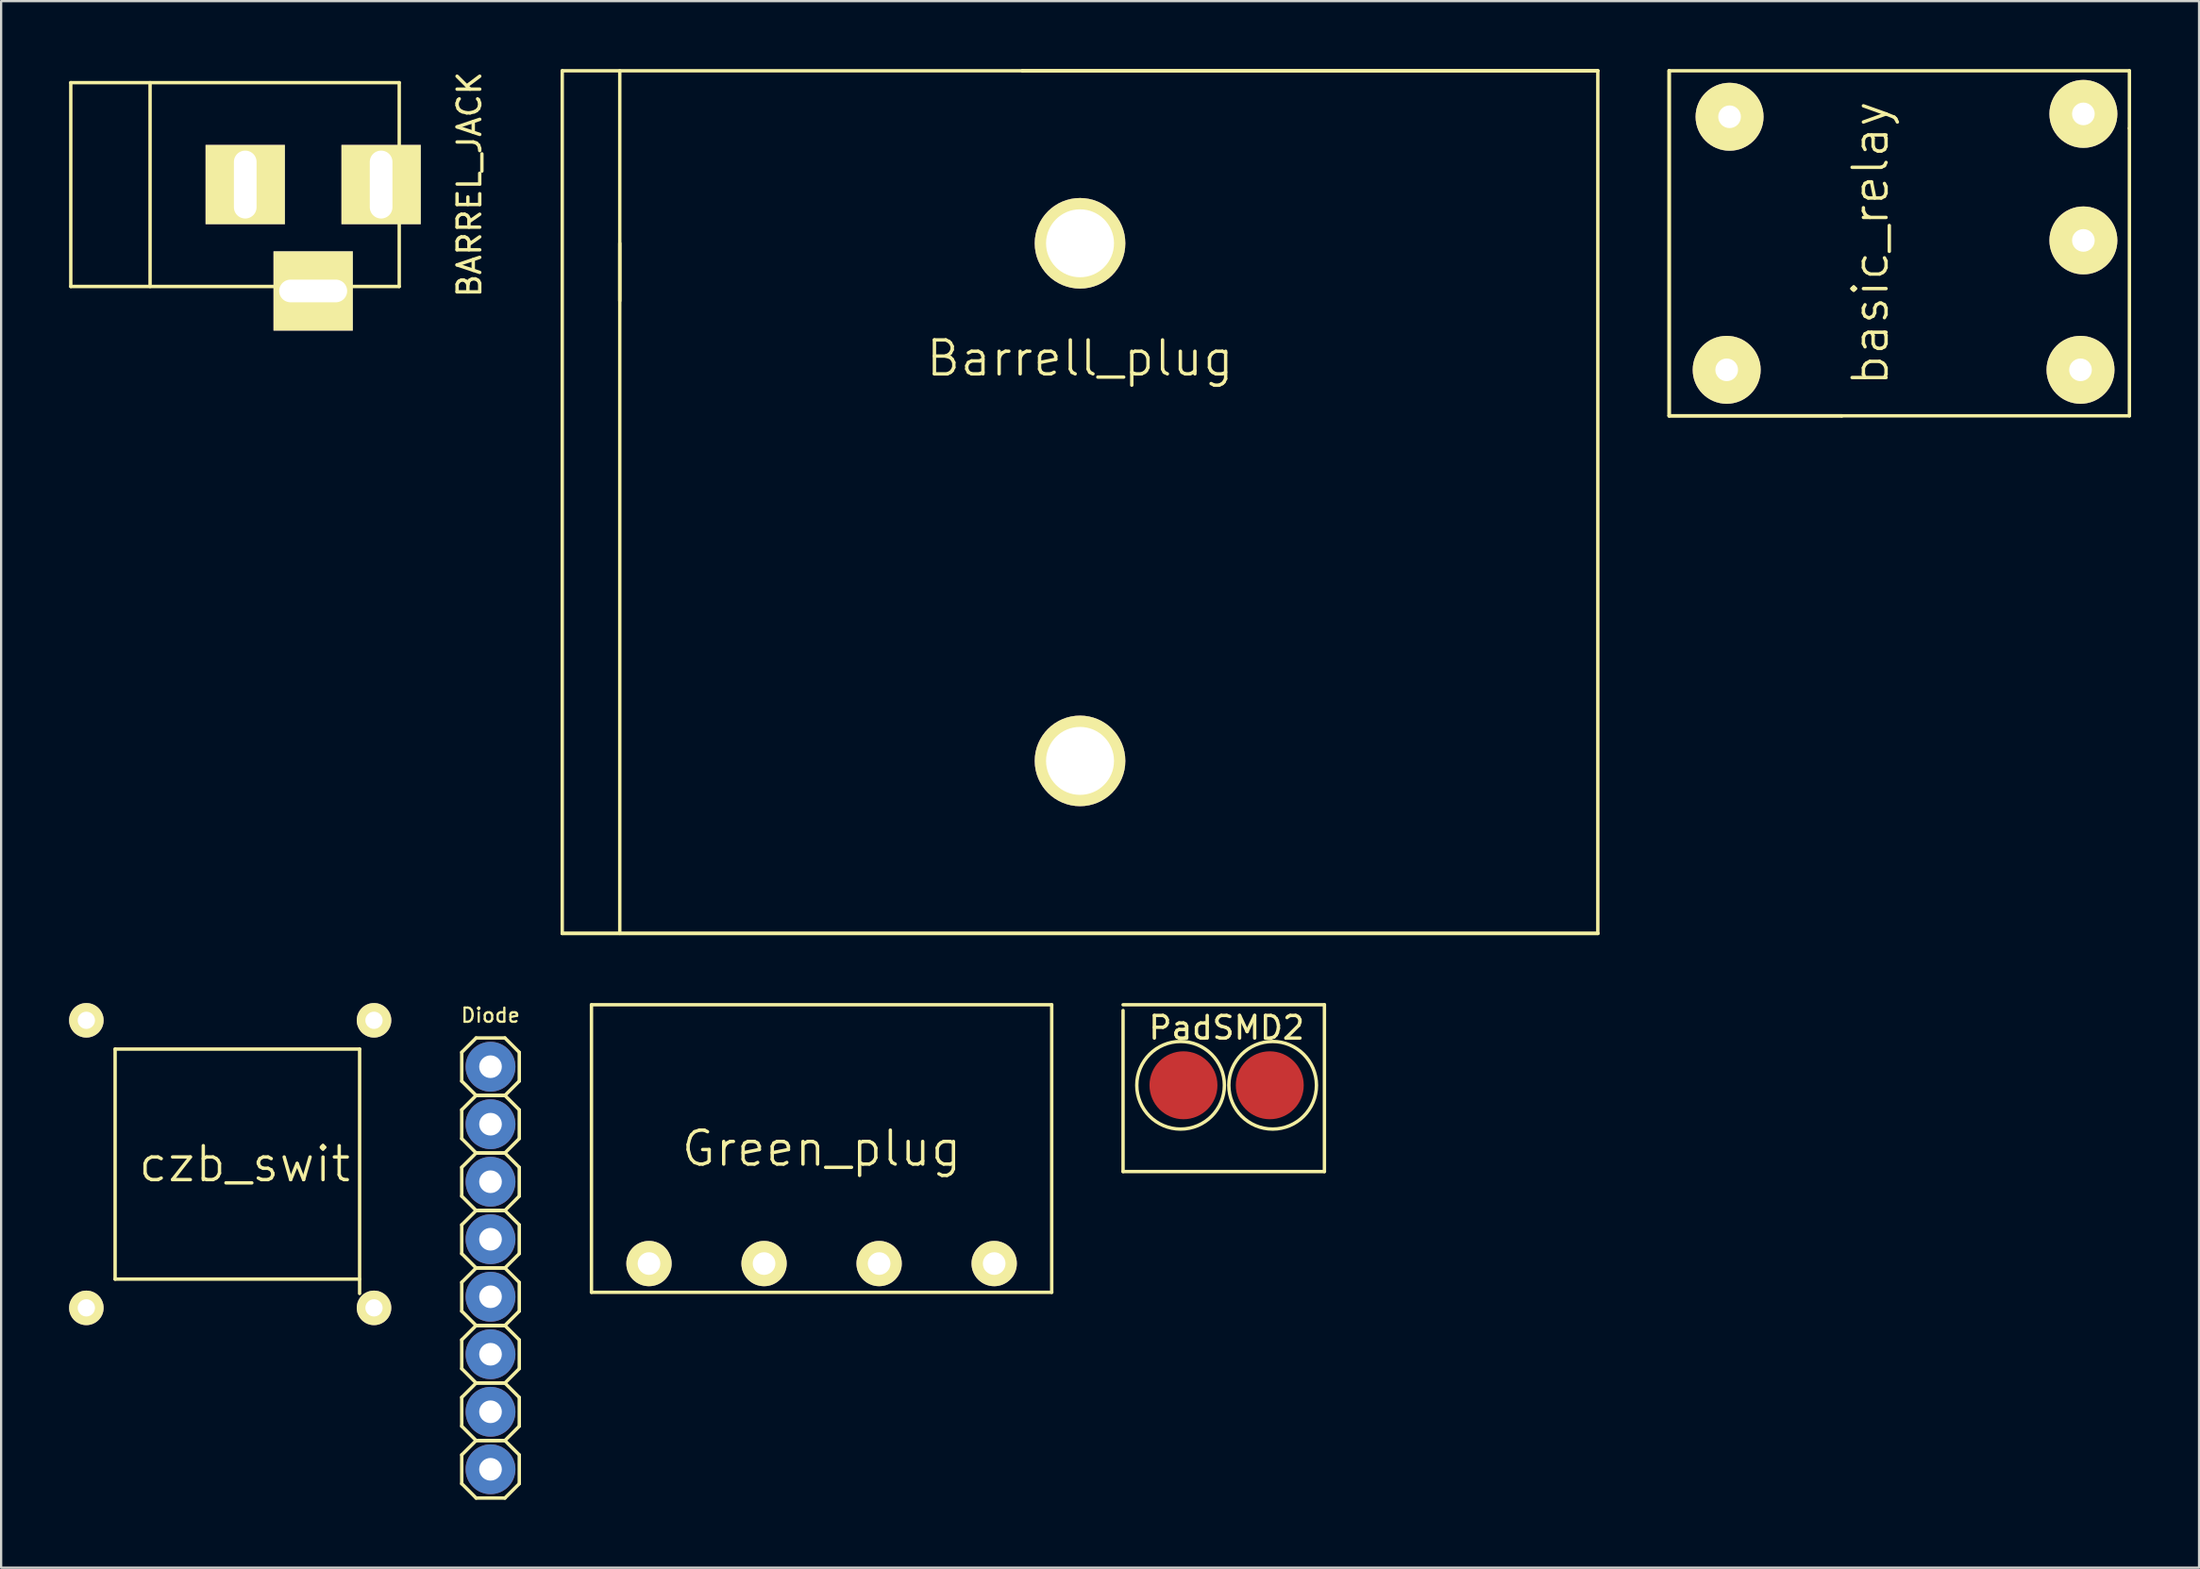
<source format=kicad_pcb>
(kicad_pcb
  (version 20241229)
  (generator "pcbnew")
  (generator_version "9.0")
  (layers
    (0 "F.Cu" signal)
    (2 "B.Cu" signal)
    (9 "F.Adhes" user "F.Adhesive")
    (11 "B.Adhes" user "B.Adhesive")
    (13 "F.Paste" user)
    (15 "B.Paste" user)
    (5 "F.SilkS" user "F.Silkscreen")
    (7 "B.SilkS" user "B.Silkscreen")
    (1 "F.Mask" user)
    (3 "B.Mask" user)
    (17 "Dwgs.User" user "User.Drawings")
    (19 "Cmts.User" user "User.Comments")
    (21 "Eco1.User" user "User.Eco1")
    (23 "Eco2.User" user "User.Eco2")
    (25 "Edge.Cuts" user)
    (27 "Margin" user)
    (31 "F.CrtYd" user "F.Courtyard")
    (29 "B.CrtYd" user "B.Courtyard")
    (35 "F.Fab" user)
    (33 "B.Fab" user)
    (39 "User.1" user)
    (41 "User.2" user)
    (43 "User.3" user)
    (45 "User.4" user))
  (footprint "Barrell_plug"
    (layer "F.Cu")
    (at 21.773 17.855)
    (property "Reference" "Barrell_plug" (at 22.86 -5.08 0) (layer "F.SilkS") (effects (font (size 1.5 1.5) (thickness 0.15))))
    (attr through_hole)
    (fp_line (start 0 -17.78) (end 0 20.32) (stroke (width 0.15) (type solid)) (layer "F.SilkS"))
    (fp_line (start 0 -17.78) (end 20.32 -17.78) (stroke (width 0.15) (type solid)) (layer "F.SilkS"))
    (fp_line (start 0 20.32) (end 45.72 20.32) (stroke (width 0.15) (type solid)) (layer "F.SilkS"))
    (fp_line (start 2.54 -17.78) (end 2.54 20.32) (stroke (width 0.15) (type solid)) (layer "F.SilkS"))
    (fp_line (start 2.54 -7.62) (end 2.54 -10.16) (stroke (width 0.15) (type solid)) (layer "F.SilkS"))
    (fp_line (start 20.32 -17.78) (end 45.72 -17.78) (stroke (width 0.15) (type solid)) (layer "F.SilkS"))
    (fp_line (start 45.72 -17.78) (end 20.32 -17.78) (stroke (width 0.15) (type solid)) (layer "F.SilkS"))
    (fp_line (start 45.72 20.32) (end 0 20.32) (stroke (width 0.15) (type solid)) (layer "F.SilkS"))
    (fp_line (start 45.72 20.32) (end 45.72 -17.78) (stroke (width 0.15) (type solid)) (layer "F.SilkS"))
    (pad "5" thru_hole circle (at 22.86 -10.16) (size 4 4) (drill 3) (layers "*.Cu" "*.Mask" "F.SilkS"))
    (pad "6" thru_hole circle (at 22.86 12.7) (size 4 4) (drill 3) (layers "*.Cu" "*.Mask" "F.SilkS")))
  (footprint "czb_swit"
    (layer "F.Cu")
    (at 5.842 47.092)
    (property "Reference" "czb_swit" (at 1.905 1.27 0) (layer "F.SilkS") (effects (font (size 1.5 1.5) (thickness 0.15))))
    (attr through_hole)
    (fp_line (start -3.81 -3.81) (end -3.81 6.35) (stroke (width 0.15) (type solid)) (layer "F.SilkS"))
    (fp_line (start -3.81 6.35) (end 6.985 6.35) (stroke (width 0.15) (type solid)) (layer "F.SilkS"))
    (fp_line (start 6.985 -3.81) (end -3.81 -3.81) (stroke (width 0.15) (type solid)) (layer "F.SilkS"))
    (fp_line (start 6.985 6.985) (end 6.985 -3.81) (stroke (width 0.15) (type solid)) (layer "F.SilkS"))
    (pad "1" thru_hole circle (at -5.08 -5.08) (size 1.524 1.524) (drill 0.762) (layers "*.Cu" "*.Mask" "F.SilkS"))
    (pad "2" thru_hole circle (at 7.62 -5.08) (size 1.524 1.524) (drill 0.762) (layers "*.Cu" "*.Mask" "F.SilkS"))
    (pad "3" thru_hole circle (at -5.08 7.62) (size 1.524 1.524) (drill 0.762) (layers "*.Cu" "*.Mask" "F.SilkS"))
    (pad "4" thru_hole circle (at 7.62 7.62) (size 1.524 1.524) (drill 0.762) (layers "*.Cu" "*.Mask" "F.SilkS")))
  (footprint "BARREL_JACK"
    (layer "F.Cu")
    (at 7.576 5.101)
    (property "Reference" "BARREL_JACK" (at 10.099 0 90) (layer "F.SilkS") (effects (font (size 1 1) (thickness 0.15))))
    (attr through_hole)
    (fp_line (start -7.501 -4.501) (end -7.501 4.501) (stroke (width 0.15) (type solid)) (layer "F.SilkS"))
    (fp_line (start -7.501 4.501) (end 7 4.501) (stroke (width 0.15) (type solid)) (layer "F.SilkS"))
    (fp_line (start -4 -4.501) (end -4 4.501) (stroke (width 0.15) (type solid)) (layer "F.SilkS"))
    (fp_line (start 7 -4.501) (end -7.501 -4.501) (stroke (width 0.15) (type solid)) (layer "F.SilkS"))
    (fp_line (start 7 4.501) (end 7 -4.501) (stroke (width 0.15) (type solid)) (layer "F.SilkS"))
    (pad "1" thru_hole rect (at 6.2 0) (size 3.5 3.5) (drill oval 1.001 3) (layers "*.Cu" "*.Mask" "F.SilkS"))
    (pad "2" thru_hole rect (at 0.201 0) (size 3.5 3.5) (drill oval 1.001 3) (layers "*.Cu" "*.Mask" "F.SilkS"))
    (pad "3" thru_hole rect (at 3.2 4.699) (size 3.5 3.5) (drill oval 3 1.001) (layers "*.Cu" "*.Mask" "F.SilkS")))
  (footprint "basic_relay"
    (layer "F.Cu")
    (at 78.263 5.155)
    (property "Reference" "basic_relay" (at 1.27 2.54 90) (layer "F.SilkS") (effects (font (size 1.5 1.5) (thickness 0.15))))
    (attr through_hole)
    (fp_line (start -7.62 -5.08) (end -7.62 10.16) (stroke (width 0.15) (type solid)) (layer "F.SilkS"))
    (fp_line (start -7.62 -5.08) (end 12.7 -5.08) (stroke (width 0.15) (type solid)) (layer "F.SilkS"))
    (fp_line (start -7.62 10.16) (end -7.62 -5.08) (stroke (width 0.15) (type solid)) (layer "F.SilkS"))
    (fp_line (start -7.62 10.16) (end 0 10.16) (stroke (width 0.15) (type solid)) (layer "F.SilkS"))
    (fp_line (start 0 10.16) (end -7.62 10.16) (stroke (width 0.15) (type solid)) (layer "F.SilkS"))
    (fp_line (start 0 10.16) (end 12.7 10.16) (stroke (width 0.15) (type solid)) (layer "F.SilkS"))
    (fp_line (start 12.7 -2.54) (end 12.7 -5.08) (stroke (width 0.15) (type solid)) (layer "F.SilkS"))
    (fp_line (start 12.7 10.16) (end 12.7 -2.54) (stroke (width 0.15) (type solid)) (layer "F.SilkS"))
    (pad "1" thru_hole circle (at 10.668 2.413) (size 3 3) (drill 1) (layers "*.Cu" "*.Mask" "F.SilkS"))
    (pad "2" thru_hole circle (at 10.541 8.128) (size 3 3) (drill 1) (layers "*.Cu" "*.Mask" "F.SilkS"))
    (pad "3" thru_hole circle (at -5.08 8.128) (size 3 3) (drill 1) (layers "*.Cu" "*.Mask" "F.SilkS"))
    (pad "4" thru_hole circle (at -4.953 -3.048) (size 3 3) (drill 1) (layers "*.Cu" "*.Mask" "F.SilkS"))
    (pad "5" thru_hole circle (at 10.668 -3.175) (size 3 3) (drill 1) (layers "*.Cu" "*.Mask" "F.SilkS")))
  (footprint "Diode"
    (layer "F.Cu")
    (at 18.606 52.951)
    (property "Reference" "Diode" (at 0 -11.16 0) (layer "F.SilkS") (effects (font (size 0.625 0.625) (thickness 0.1))))
    (attr through_hole)
    (fp_line (start -1.27 -9.525) (end -1.27 -8.255) (stroke (width 0.15) (type solid)) (layer "F.SilkS"))
    (fp_line (start -1.27 -8.255) (end -0.635 -7.62) (stroke (width 0.15) (type solid)) (layer "F.SilkS"))
    (fp_line (start -1.27 -6.985) (end -1.27 -5.715) (stroke (width 0.15) (type solid)) (layer "F.SilkS"))
    (fp_line (start -1.27 -5.715) (end -0.635 -5.08) (stroke (width 0.15) (type solid)) (layer "F.SilkS"))
    (fp_line (start -1.27 -4.445) (end -1.27 -3.175) (stroke (width 0.15) (type solid)) (layer "F.SilkS"))
    (fp_line (start -1.27 -3.175) (end -0.635 -2.54) (stroke (width 0.15) (type solid)) (layer "F.SilkS"))
    (fp_line (start -1.27 -1.905) (end -1.27 -0.635) (stroke (width 0.15) (type solid)) (layer "F.SilkS"))
    (fp_line (start -1.27 -0.635) (end -0.635 0) (stroke (width 0.15) (type solid)) (layer "F.SilkS"))
    (fp_line (start -1.27 0.635) (end -1.27 1.905) (stroke (width 0.15) (type solid)) (layer "F.SilkS"))
    (fp_line (start -1.27 1.905) (end -0.635 2.54) (stroke (width 0.15) (type solid)) (layer "F.SilkS"))
    (fp_line (start -1.27 3.175) (end -1.27 4.445) (stroke (width 0.15) (type solid)) (layer "F.SilkS"))
    (fp_line (start -1.27 4.445) (end -0.635 5.08) (stroke (width 0.15) (type solid)) (layer "F.SilkS"))
    (fp_line (start -1.27 5.715) (end -1.27 6.985) (stroke (width 0.15) (type solid)) (layer "F.SilkS"))
    (fp_line (start -1.27 6.985) (end -0.635 7.62) (stroke (width 0.15) (type solid)) (layer "F.SilkS"))
    (fp_line (start -1.27 8.255) (end -1.27 9.525) (stroke (width 0.15) (type solid)) (layer "F.SilkS"))
    (fp_line (start -1.27 9.525) (end -0.635 10.16) (stroke (width 0.15) (type solid)) (layer "F.SilkS"))
    (fp_line (start -0.635 -10.16) (end -1.27 -9.525) (stroke (width 0.15) (type solid)) (layer "F.SilkS"))
    (fp_line (start -0.635 -7.62) (end -1.27 -6.985) (stroke (width 0.15) (type solid)) (layer "F.SilkS"))
    (fp_line (start -0.635 -7.62) (end 0.635 -7.62) (stroke (width 0.15) (type solid)) (layer "F.SilkS"))
    (fp_line (start -0.635 -5.08) (end -1.27 -4.445) (stroke (width 0.15) (type solid)) (layer "F.SilkS"))
    (fp_line (start -0.635 -5.08) (end 0.635 -5.08) (stroke (width 0.15) (type solid)) (layer "F.SilkS"))
    (fp_line (start -0.635 -2.54) (end -1.27 -1.905) (stroke (width 0.15) (type solid)) (layer "F.SilkS"))
    (fp_line (start -0.635 -2.54) (end 0.635 -2.54) (stroke (width 0.15) (type solid)) (layer "F.SilkS"))
    (fp_line (start -0.635 0) (end -1.27 0.635) (stroke (width 0.15) (type solid)) (layer "F.SilkS"))
    (fp_line (start -0.635 0) (end 0.635 0) (stroke (width 0.15) (type solid)) (layer "F.SilkS"))
    (fp_line (start -0.635 2.54) (end -1.27 3.175) (stroke (width 0.15) (type solid)) (layer "F.SilkS"))
    (fp_line (start -0.635 2.54) (end 0.635 2.54) (stroke (width 0.15) (type solid)) (layer "F.SilkS"))
    (fp_line (start -0.635 5.08) (end -1.27 5.715) (stroke (width 0.15) (type solid)) (layer "F.SilkS"))
    (fp_line (start -0.635 5.08) (end 0.635 5.08) (stroke (width 0.15) (type solid)) (layer "F.SilkS"))
    (fp_line (start -0.635 7.62) (end -1.27 8.255) (stroke (width 0.15) (type solid)) (layer "F.SilkS"))
    (fp_line (start -0.635 7.62) (end 0.635 7.62) (stroke (width 0.15) (type solid)) (layer "F.SilkS"))
    (fp_line (start -0.635 10.16) (end 0.635 10.16) (stroke (width 0.15) (type solid)) (layer "F.SilkS"))
    (fp_line (start 0.635 -10.16) (end -0.635 -10.16) (stroke (width 0.15) (type solid)) (layer "F.SilkS"))
    (fp_line (start 0.635 -7.62) (end -0.635 -7.62) (stroke (width 0.15) (type solid)) (layer "F.SilkS"))
    (fp_line (start 0.635 -7.62) (end 1.27 -8.255) (stroke (width 0.15) (type solid)) (layer "F.SilkS"))
    (fp_line (start 0.635 -5.08) (end -0.635 -5.08) (stroke (width 0.15) (type solid)) (layer "F.SilkS"))
    (fp_line (start 0.635 -5.08) (end 1.27 -5.715) (stroke (width 0.15) (type solid)) (layer "F.SilkS"))
    (fp_line (start 0.635 -2.54) (end -0.635 -2.54) (stroke (width 0.15) (type solid)) (layer "F.SilkS"))
    (fp_line (start 0.635 -2.54) (end 1.27 -3.175) (stroke (width 0.15) (type solid)) (layer "F.SilkS"))
    (fp_line (start 0.635 0) (end -0.635 0) (stroke (width 0.15) (type solid)) (layer "F.SilkS"))
    (fp_line (start 0.635 0) (end 1.27 -0.635) (stroke (width 0.15) (type solid)) (layer "F.SilkS"))
    (fp_line (start 0.635 2.54) (end -0.635 2.54) (stroke (width 0.15) (type solid)) (layer "F.SilkS"))
    (fp_line (start 0.635 2.54) (end 1.27 1.905) (stroke (width 0.15) (type solid)) (layer "F.SilkS"))
    (fp_line (start 0.635 5.08) (end -0.635 5.08) (stroke (width 0.15) (type solid)) (layer "F.SilkS"))
    (fp_line (start 0.635 5.08) (end 1.27 4.445) (stroke (width 0.15) (type solid)) (layer "F.SilkS"))
    (fp_line (start 0.635 7.62) (end -0.635 7.62) (stroke (width 0.15) (type solid)) (layer "F.SilkS"))
    (fp_line (start 0.635 7.62) (end 1.27 6.985) (stroke (width 0.15) (type solid)) (layer "F.SilkS"))
    (fp_line (start 0.635 10.16) (end 1.27 9.525) (stroke (width 0.15) (type solid)) (layer "F.SilkS"))
    (fp_line (start 1.27 -9.525) (end 0.635 -10.16) (stroke (width 0.15) (type solid)) (layer "F.SilkS"))
    (fp_line (start 1.27 -8.255) (end 1.27 -9.525) (stroke (width 0.15) (type solid)) (layer "F.SilkS"))
    (fp_line (start 1.27 -6.985) (end 0.635 -7.62) (stroke (width 0.15) (type solid)) (layer "F.SilkS"))
    (fp_line (start 1.27 -5.715) (end 1.27 -6.985) (stroke (width 0.15) (type solid)) (layer "F.SilkS"))
    (fp_line (start 1.27 -4.445) (end 0.635 -5.08) (stroke (width 0.15) (type solid)) (layer "F.SilkS"))
    (fp_line (start 1.27 -3.175) (end 1.27 -4.445) (stroke (width 0.15) (type solid)) (layer "F.SilkS"))
    (fp_line (start 1.27 -1.905) (end 0.635 -2.54) (stroke (width 0.15) (type solid)) (layer "F.SilkS"))
    (fp_line (start 1.27 -0.635) (end 1.27 -1.905) (stroke (width 0.15) (type solid)) (layer "F.SilkS"))
    (fp_line (start 1.27 0.635) (end 0.635 0) (stroke (width 0.15) (type solid)) (layer "F.SilkS"))
    (fp_line (start 1.27 1.905) (end 1.27 0.635) (stroke (width 0.15) (type solid)) (layer "F.SilkS"))
    (fp_line (start 1.27 3.175) (end 0.635 2.54) (stroke (width 0.15) (type solid)) (layer "F.SilkS"))
    (fp_line (start 1.27 4.445) (end 1.27 3.175) (stroke (width 0.15) (type solid)) (layer "F.SilkS"))
    (fp_line (start 1.27 5.715) (end 0.635 5.08) (stroke (width 0.15) (type solid)) (layer "F.SilkS"))
    (fp_line (start 1.27 6.985) (end 1.27 5.715) (stroke (width 0.15) (type solid)) (layer "F.SilkS"))
    (fp_line (start 1.27 8.255) (end 0.635 7.62) (stroke (width 0.15) (type solid)) (layer "F.SilkS"))
    (fp_line (start 1.27 9.525) (end 1.27 8.255) (stroke (width 0.15) (type solid)) (layer "F.SilkS"))
    (pad "1" thru_hole circle (at 0 -8.89) (size 2.2 2.2) (drill 1) (layers "*.Cu" "*.Mask"))
    (pad "2" thru_hole circle (at 0 -6.35) (size 2.2 2.2) (drill 1) (layers "*.Cu" "*.Mask"))
    (pad "3" thru_hole circle (at 0 -3.81) (size 2.2 2.2) (drill 1) (layers "*.Cu" "*.Mask"))
    (pad "4" thru_hole circle (at 0 -1.27) (size 2.2 2.2) (drill 1) (layers "*.Cu" "*.Mask"))
    (pad "5" thru_hole circle (at 0 1.27) (size 2.2 2.2) (drill 1) (layers "*.Cu" "*.Mask"))
    (pad "6" thru_hole circle (at 0 3.81) (size 2.2 2.2) (drill 1) (layers "*.Cu" "*.Mask"))
    (pad "7" thru_hole circle (at 0 6.35) (size 2.2 2.2) (drill 1) (layers "*.Cu" "*.Mask"))
    (pad "8" thru_hole circle (at 0 8.89) (size 2.2 2.2) (drill 1) (layers "*.Cu" "*.Mask")))
  (footprint "PadSMD2"
    (layer "F.Cu")
    (at 51.105 44.881)
    (property "Reference" "PadSMD2" (at 0 -2.54 0) (layer "F.SilkS") (effects (font (size 1 1) (thickness 0.15))))
    (attr through_hole)
    (fp_line (start -4.572 -3.302) (end -4.572 3.81) (stroke (width 0.15) (type solid)) (layer "F.SilkS"))
    (fp_line (start -4.572 3.81) (end 4.318 3.81) (stroke (width 0.15) (type solid)) (layer "F.SilkS"))
    (fp_line (start 4.318 -3.556) (end -4.572 -3.556) (stroke (width 0.15) (type solid)) (layer "F.SilkS"))
    (fp_line (start 4.318 3.81) (end 4.318 -3.556) (stroke (width 0.15) (type solid)) (layer "F.SilkS"))
    (fp_circle (center -2.032 0) (end -1.27 -1.778) (stroke (width 0.15) (type solid)) (fill no) (layer "F.SilkS"))
    (fp_circle (center 2.032 0) (end 2.794 -1.778) (stroke (width 0.15) (type solid)) (fill no) (layer "F.SilkS"))
    (pad "A" smd circle (at 1.905 0) (size 3 3) (layers "F.Cu" "F.Mask" "F.Paste"))
    (pad "K" smd circle (at -1.905 0) (size 3 3) (layers "F.Cu" "F.Mask" "F.Paste")))
  (footprint "Green_plug"
    (layer "F.Cu")
    (at 25.603 52.755)
    (property "Reference" "Green_plug" (at 7.62 -5.08 0) (layer "F.SilkS") (effects (font (size 1.5 1.5) (thickness 0.15))))
    (attr through_hole)
    (fp_line (start -2.54 -11.43) (end 17.78 -11.43) (stroke (width 0.15) (type solid)) (layer "F.SilkS"))
    (fp_line (start -2.54 1.27) (end -2.54 -11.43) (stroke (width 0.15) (type solid)) (layer "F.SilkS"))
    (fp_line (start -2.54 1.27) (end 17.78 1.27) (stroke (width 0.15) (type solid)) (layer "F.SilkS"))
    (fp_line (start 17.78 1.27) (end 17.78 -11.43) (stroke (width 0.15) (type solid)) (layer "F.SilkS"))
    (pad "1" thru_hole circle (at 0 0) (size 2 2) (drill 1) (layers "*.Cu" "*.Mask" "F.SilkS"))
    (pad "2" thru_hole circle (at 5.08 0) (size 2 2) (drill 1) (layers "*.Cu" "*.Mask" "F.SilkS"))
    (pad "3" thru_hole circle (at 10.16 0) (size 2 2) (drill 1) (layers "*.Cu" "*.Mask" "F.SilkS"))
    (pad "4" thru_hole circle (at 15.24 0) (size 2 2) (drill 1) (layers "*.Cu" "*.Mask" "F.SilkS")))
  (gr_rect
    (start -3 -3)
    (end 94.038 66.186)
    (stroke (width 0.1) (type default))
    (fill no)
    (layer "Edge.Cuts")))
</source>
